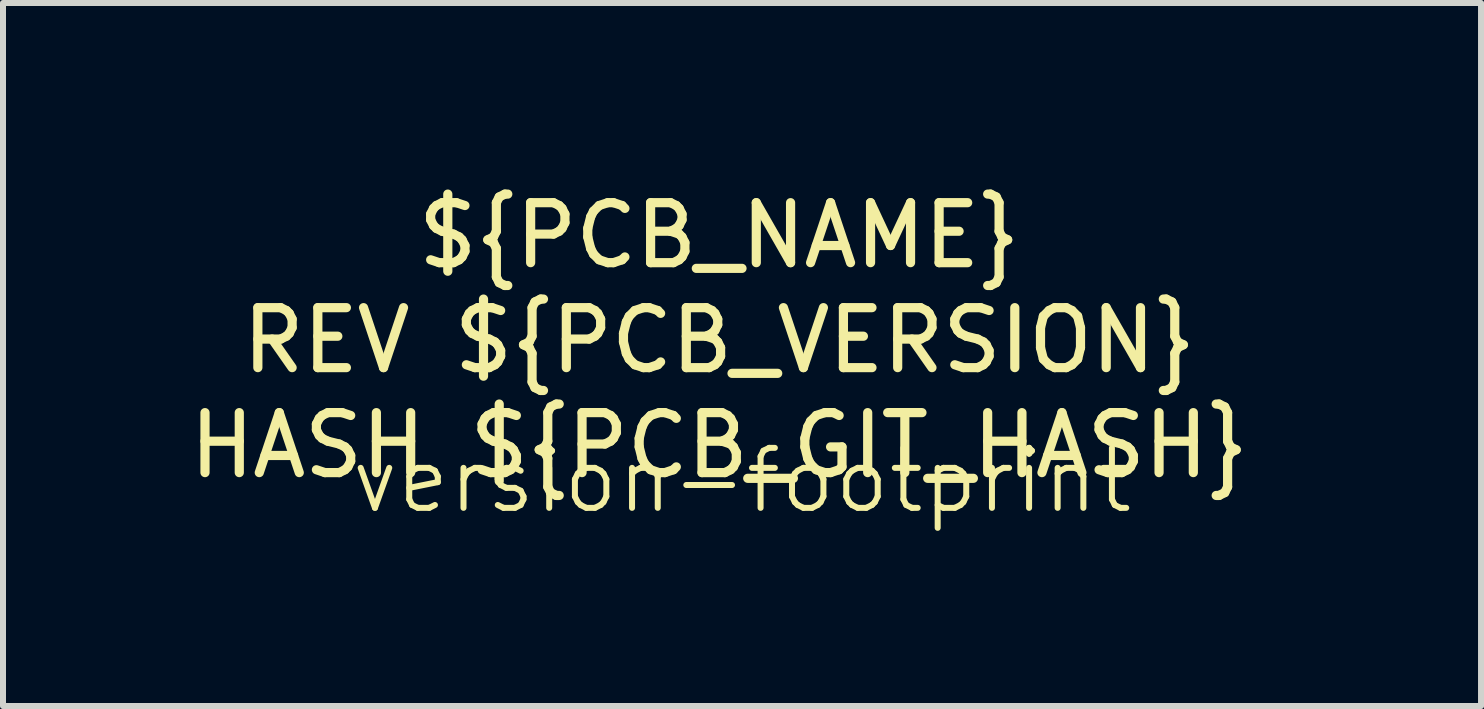
<source format=kicad_pcb>
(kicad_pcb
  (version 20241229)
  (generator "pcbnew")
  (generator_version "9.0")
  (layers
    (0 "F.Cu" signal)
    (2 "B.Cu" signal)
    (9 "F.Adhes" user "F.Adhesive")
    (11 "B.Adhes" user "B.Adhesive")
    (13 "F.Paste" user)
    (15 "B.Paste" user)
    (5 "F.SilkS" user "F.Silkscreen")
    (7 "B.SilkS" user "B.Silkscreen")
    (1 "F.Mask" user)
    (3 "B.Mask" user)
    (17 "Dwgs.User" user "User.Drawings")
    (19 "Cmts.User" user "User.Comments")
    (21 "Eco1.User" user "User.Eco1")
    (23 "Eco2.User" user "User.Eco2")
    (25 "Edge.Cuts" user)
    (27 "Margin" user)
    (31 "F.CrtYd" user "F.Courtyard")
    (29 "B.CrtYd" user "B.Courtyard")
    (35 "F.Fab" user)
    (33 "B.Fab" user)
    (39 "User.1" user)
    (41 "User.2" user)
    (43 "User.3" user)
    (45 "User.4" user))
  (footprint "version-footprint"
    (layer "F.Cu")
    (at 9.32 5.459)
    (property "Reference" "version-footprint" (at 0 -0.5 0) (unlocked yes) (layer "F.SilkS") (effects (font (size 1 1) (thickness 0.1))))
    (attr smd)
    (fp_text user "HASH ${PCB_GIT_HASH} " (at 0 -0.5 0) (unlocked yes) (layer "F.SilkS") (effects (font (size 1 1) (thickness 0.153)) (justify bottom)))
    (fp_text user "REV ${PCB_VERSION} " (at 0 -2.25 0) (unlocked yes) (layer "F.SilkS") (effects (font (size 1 1) (thickness 0.153)) (justify bottom)))
    (fp_text user "${PCB_NAME} " (at 0 -4 0) (unlocked yes) (layer "F.SilkS") (effects (font (size 1 1) (thickness 0.153)) (justify bottom))))
  (gr_rect
    (start -3 -3)
    (end 21.64 8.72)
    (stroke (width 0.1) (type default))
    (fill no)
    (layer "Edge.Cuts")))
</source>
